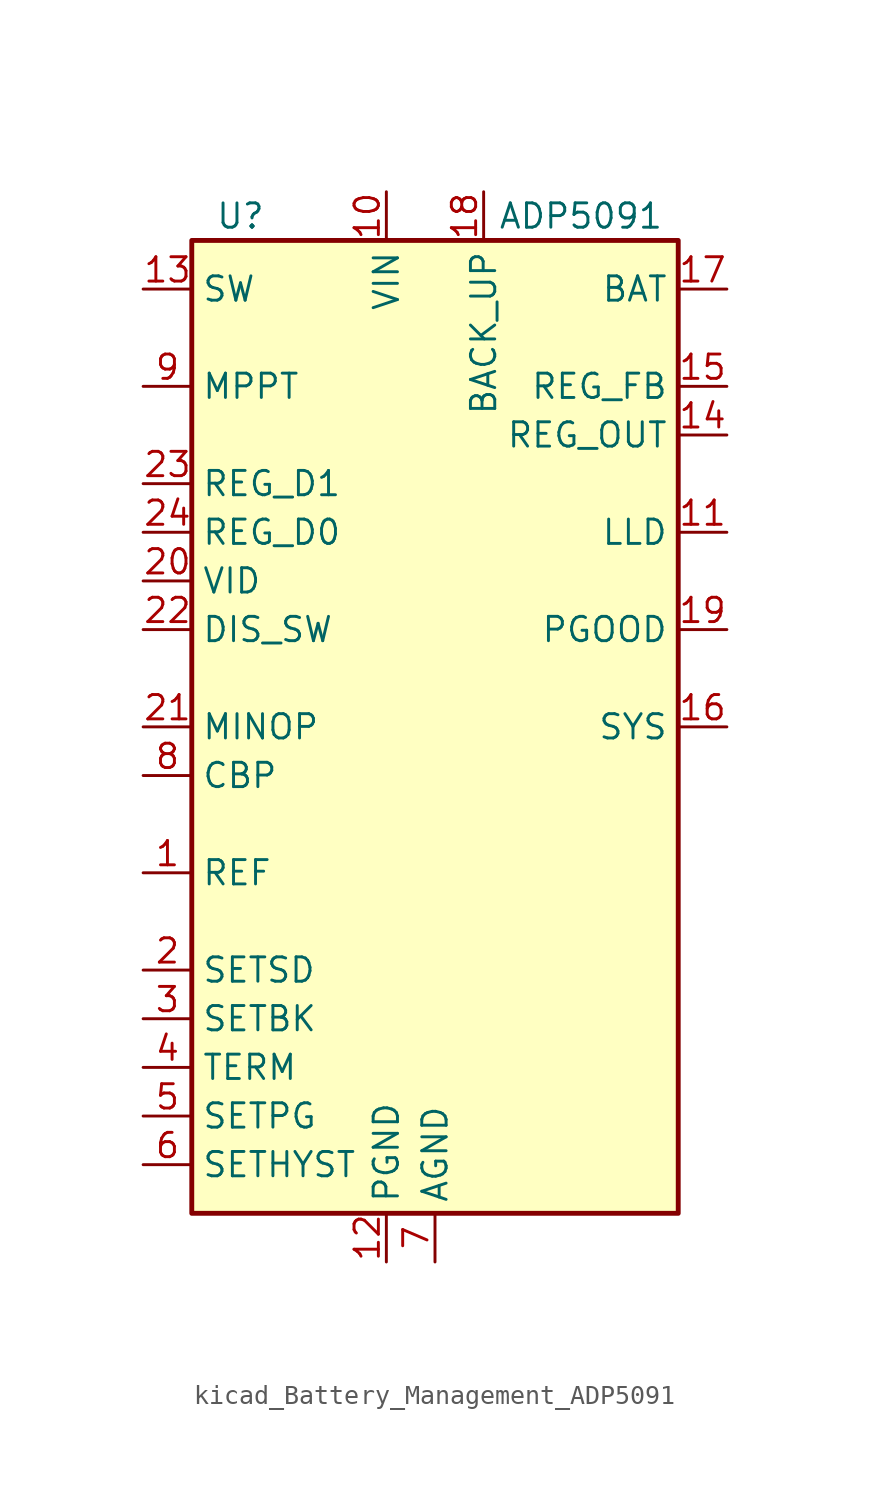
<source format=kicad_sym>
(kicad_symbol_lib
  (version 20220914)
  (generator kicad_symbol_editor)
  (symbol "kicad_Battery_Management_ADP5091"
    (property "Reference" "U"
      (at -10.16 26.67 0)
      (effects (font (size 1.27 1.27))))
    (property "Value" "ADP5091"
      (at 7.62 26.67 0)
      (effects (font (size 1.27 1.27))))
    (symbol "kicad_Battery_Management_ADP5091_0_1"
      (rectangle (start 12.7 25.4) (end -12.7 -25.4) (stroke (width 0.254) (type default)) (fill (type background))))
    (symbol "kicad_Battery_Management_ADP5091_1_1"
      (pin passive line (at -15.24 -7.62 0) (length 2.54) (name "REF" (effects (font (size 1.27 1.27)))) (number "1" (effects (font (size 1.27 1.27)))))
      (pin power_in line (at -2.54 27.94 270) (length 2.54) (name "VIN" (effects (font (size 1.27 1.27)))) (number "10" (effects (font (size 1.27 1.27)))))
      (pin output line (at 15.24 10.16 180) (length 2.54) (name "LLD" (effects (font (size 1.27 1.27)))) (number "11" (effects (font (size 1.27 1.27)))))
      (pin power_in line (at -2.54 -27.94 90) (length 2.54) (name "PGND" (effects (font (size 1.27 1.27)))) (number "12" (effects (font (size 1.27 1.27)))))
      (pin power_in line (at -15.24 22.86 0) (length 2.54) (name "SW" (effects (font (size 1.27 1.27)))) (number "13" (effects (font (size 1.27 1.27)))))
      (pin power_out line (at 15.24 15.24 180) (length 2.54) (name "REG_OUT" (effects (font (size 1.27 1.27)))) (number "14" (effects (font (size 1.27 1.27)))))
      (pin power_out line (at 15.24 17.78 180) (length 2.54) (name "REG_FB" (effects (font (size 1.27 1.27)))) (number "15" (effects (font (size 1.27 1.27)))))
      (pin power_out line (at 15.24 0 180) (length 2.54) (name "SYS" (effects (font (size 1.27 1.27)))) (number "16" (effects (font (size 1.27 1.27)))))
      (pin power_out line (at 15.24 22.86 180) (length 2.54) (name "BAT" (effects (font (size 1.27 1.27)))) (number "17" (effects (font (size 1.27 1.27)))))
      (pin power_in line (at 2.54 27.94 270) (length 2.54) (name "BACK_UP" (effects (font (size 1.27 1.27)))) (number "18" (effects (font (size 1.27 1.27)))))
      (pin output line (at 15.24 5.08 180) (length 2.54) (name "PGOOD" (effects (font (size 1.27 1.27)))) (number "19" (effects (font (size 1.27 1.27)))))
      (pin passive line (at -15.24 -12.7 0) (length 2.54) (name "SETSD" (effects (font (size 1.27 1.27)))) (number "2" (effects (font (size 1.27 1.27)))))
      (pin input line (at -15.24 7.62 0) (length 2.54) (name "VID" (effects (font (size 1.27 1.27)))) (number "20" (effects (font (size 1.27 1.27)))))
      (pin passive line (at -15.24 0 0) (length 2.54) (name "MINOP" (effects (font (size 1.27 1.27)))) (number "21" (effects (font (size 1.27 1.27)))))
      (pin input line (at -15.24 5.08 0) (length 2.54) (name "DIS_SW" (effects (font (size 1.27 1.27)))) (number "22" (effects (font (size 1.27 1.27)))))
      (pin input line (at -15.24 12.7 0) (length 2.54) (name "REG_D1" (effects (font (size 1.27 1.27)))) (number "23" (effects (font (size 1.27 1.27)))))
      (pin input line (at -15.24 10.16 0) (length 2.54) (name "REG_D0" (effects (font (size 1.27 1.27)))) (number "24" (effects (font (size 1.27 1.27)))))
      (pin passive line (at 0 -27.94 90) (length 2.54) hide (name "AGND" (effects (font (size 1.27 1.27)))) (number "25" (effects (font (size 1.27 1.27)))))
      (pin passive line (at -15.24 -15.24 0) (length 2.54) (name "SETBK" (effects (font (size 1.27 1.27)))) (number "3" (effects (font (size 1.27 1.27)))))
      (pin passive line (at -15.24 -17.78 0) (length 2.54) (name "TERM" (effects (font (size 1.27 1.27)))) (number "4" (effects (font (size 1.27 1.27)))))
      (pin passive line (at -15.24 -20.32 0) (length 2.54) (name "SETPG" (effects (font (size 1.27 1.27)))) (number "5" (effects (font (size 1.27 1.27)))))
      (pin passive line (at -15.24 -22.86 0) (length 2.54) (name "SETHYST" (effects (font (size 1.27 1.27)))) (number "6" (effects (font (size 1.27 1.27)))))
      (pin power_in line (at 0 -27.94 90) (length 2.54) (name "AGND" (effects (font (size 1.27 1.27)))) (number "7" (effects (font (size 1.27 1.27)))))
      (pin passive line (at -15.24 -2.54 0) (length 2.54) (name "CBP" (effects (font (size 1.27 1.27)))) (number "8" (effects (font (size 1.27 1.27)))))
      (pin input line (at -15.24 17.78 0) (length 2.54) (name "MPPT" (effects (font (size 1.27 1.27)))) (number "9" (effects (font (size 1.27 1.27))))))))
</source>
